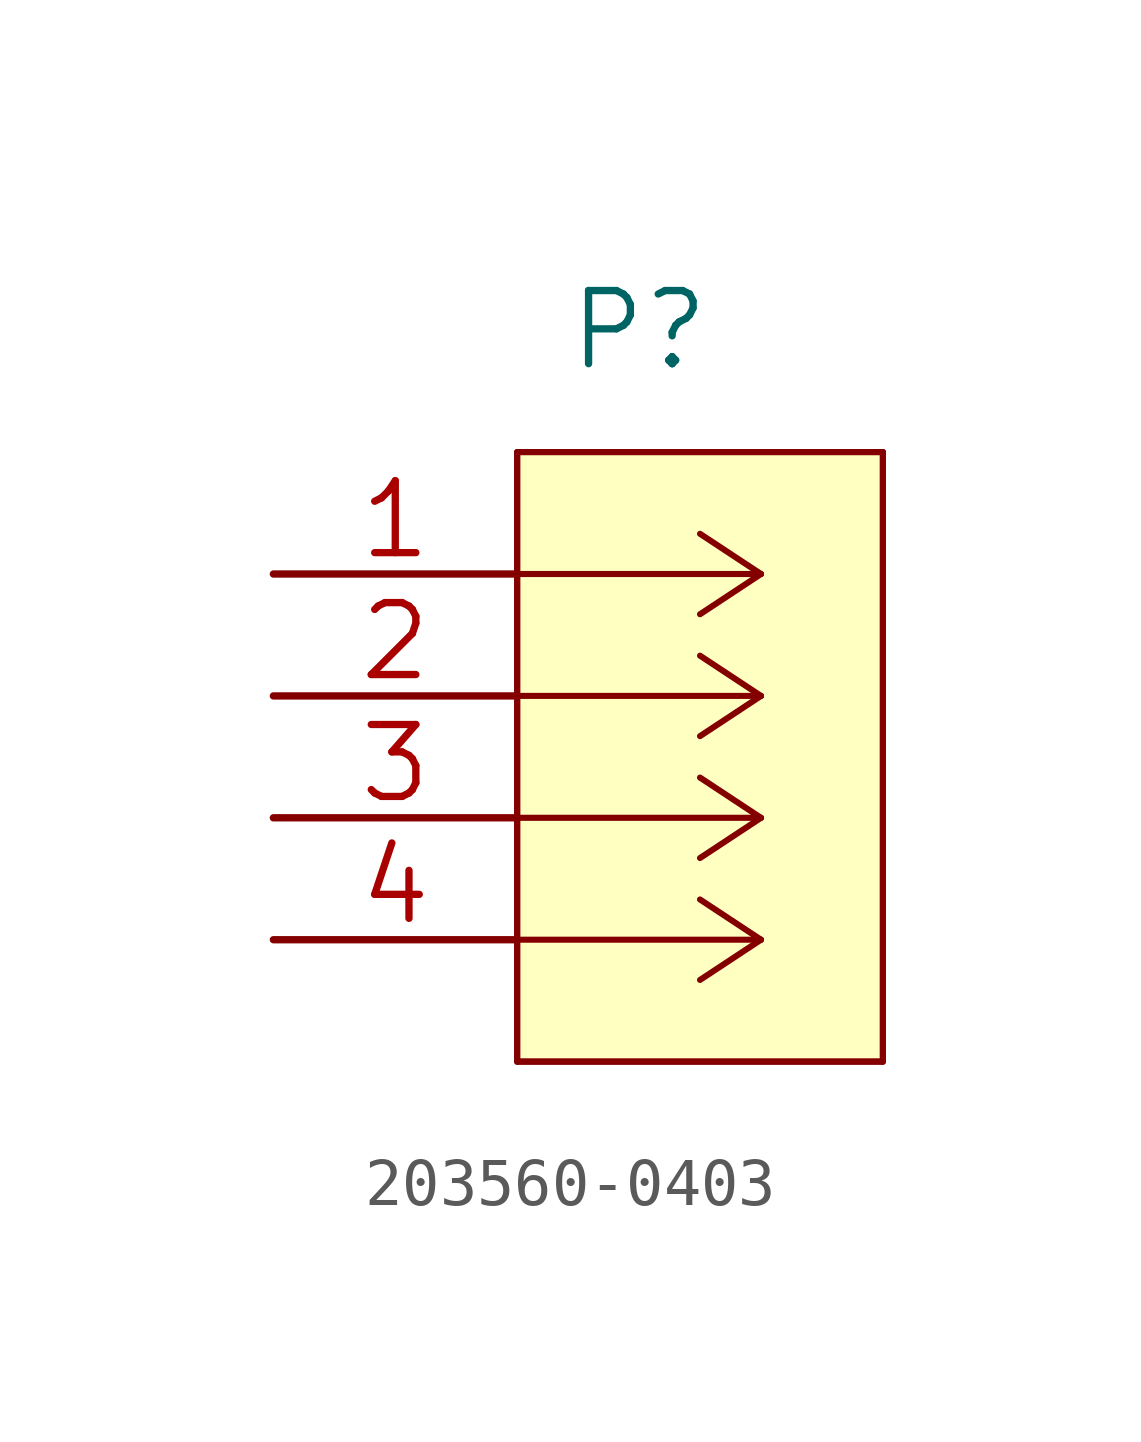
<source format=kicad_sym>
(kicad_symbol_lib
  (version 20220914)
  (generator kicad_symbol_editor)
  (symbol "203560-0403"
    (pin_names
      (offset 0.254) hide)
    (property "Reference" "P"
      (at 7.62 5.08 0)
      (effects (font (size 1.524 1.524))))
    (property "Datasheet" ""
      (at 0 0 0)
      (effects (font (size 1.524 1.524))))
    (symbol "203560-0403_1_1"
      (polyline (pts (xy 5.08 -10.16) (xy 12.7 -10.16)) (stroke (width 0.127) (type default)) (fill (type none)))
      (polyline (pts (xy 5.08 2.54) (xy 5.08 -10.16)) (stroke (width 0.127) (type default)) (fill (type none)))
      (polyline (pts (xy 10.16 -7.62) (xy 5.08 -7.62)) (stroke (width 0.127) (type default)) (fill (type none)))
      (polyline (pts (xy 10.16 -7.62) (xy 8.89 -8.458)) (stroke (width 0.127) (type default)) (fill (type none)))
      (polyline (pts (xy 10.16 -7.62) (xy 8.89 -6.782)) (stroke (width 0.127) (type default)) (fill (type none)))
      (polyline (pts (xy 10.16 -5.08) (xy 5.08 -5.08)) (stroke (width 0.127) (type default)) (fill (type none)))
      (polyline (pts (xy 10.16 -5.08) (xy 8.89 -5.918)) (stroke (width 0.127) (type default)) (fill (type none)))
      (polyline (pts (xy 10.16 -5.08) (xy 8.89 -4.242)) (stroke (width 0.127) (type default)) (fill (type none)))
      (polyline (pts (xy 10.16 -2.54) (xy 5.08 -2.54)) (stroke (width 0.127) (type default)) (fill (type none)))
      (polyline (pts (xy 10.16 -2.54) (xy 8.89 -3.378)) (stroke (width 0.127) (type default)) (fill (type none)))
      (polyline (pts (xy 10.16 -2.54) (xy 8.89 -1.702)) (stroke (width 0.127) (type default)) (fill (type none)))
      (polyline (pts (xy 10.16 0) (xy 5.08 0)) (stroke (width 0.127) (type default)) (fill (type none)))
      (polyline (pts (xy 10.16 0) (xy 8.89 -0.838)) (stroke (width 0.127) (type default)) (fill (type none)))
      (polyline (pts (xy 10.16 0) (xy 8.89 0.838)) (stroke (width 0.127) (type default)) (fill (type none)))
      (polyline (pts (xy 12.7 -10.16) (xy 12.7 2.54)) (stroke (width 0.127) (type default)) (fill (type none)))
      (polyline (pts (xy 12.7 2.54) (xy 5.08 2.54)) (stroke (width 0.127) (type default)) (fill (type background)))
      (rectangle (start 5.08 2.54) (end 12.7 -10.16) (stroke (width 0.127) (type default)) (fill (type background)))
      (pin passive line (at 0 0 0) (length 5.08) (name "+12V" (effects (font (size 1.499 1.499)))) (number "1" (effects (font (size 1.499 1.499)))))
      (pin passive line (at 0 -2.54 0) (length 5.08) (name "GND" (effects (font (size 1.499 1.499)))) (number "2" (effects (font (size 1.499 1.499)))))
      (pin passive line (at 0 -5.08 0) (length 5.08) (name "3" (effects (font (size 1.499 1.499)))) (number "3" (effects (font (size 1.499 1.499)))))
      (pin passive line (at 0 -7.62 0) (length 5.08) (name "4" (effects (font (size 1.499 1.499)))) (number "4" (effects (font (size 1.499 1.499))))))))
</source>
